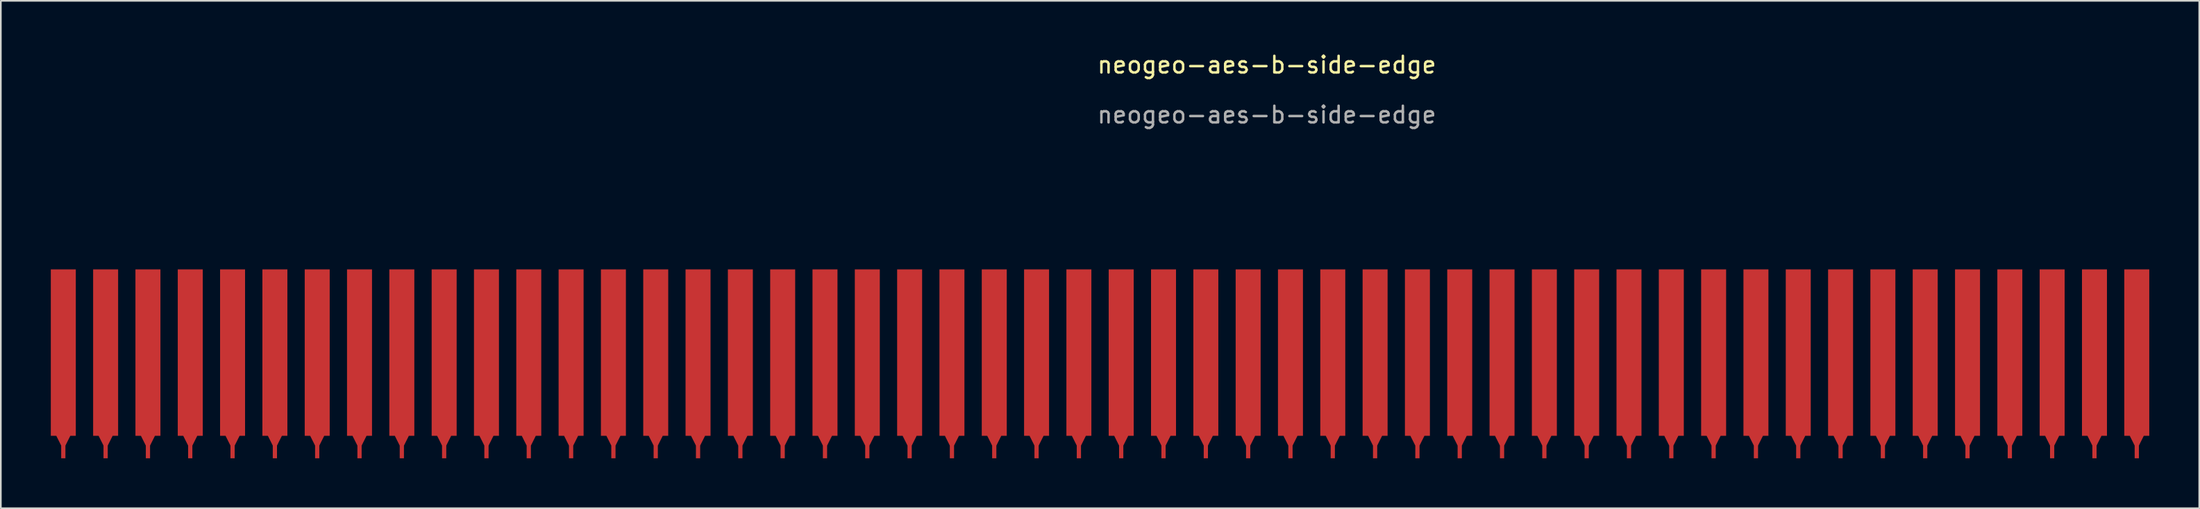
<source format=kicad_pcb>
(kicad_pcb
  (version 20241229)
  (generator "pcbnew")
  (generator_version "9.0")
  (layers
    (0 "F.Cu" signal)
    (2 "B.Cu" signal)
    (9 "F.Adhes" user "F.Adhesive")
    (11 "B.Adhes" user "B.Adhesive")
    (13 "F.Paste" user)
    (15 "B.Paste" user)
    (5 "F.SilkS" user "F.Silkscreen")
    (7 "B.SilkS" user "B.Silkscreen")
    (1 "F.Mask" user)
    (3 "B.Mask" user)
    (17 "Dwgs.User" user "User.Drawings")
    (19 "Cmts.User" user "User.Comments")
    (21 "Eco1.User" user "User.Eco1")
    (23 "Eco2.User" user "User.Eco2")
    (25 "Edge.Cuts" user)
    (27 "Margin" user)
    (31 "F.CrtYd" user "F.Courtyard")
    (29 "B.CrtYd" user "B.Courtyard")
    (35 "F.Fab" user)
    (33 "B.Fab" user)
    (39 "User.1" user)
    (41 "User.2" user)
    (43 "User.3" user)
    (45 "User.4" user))
  (footprint "neogeo-aes-b-side-edge"
    (layer "F.Cu")
    (at 61.71 18.138)
    (property "Reference" "neogeo-aes-b-side-edge" (at 11.28 -17.29 0) (unlocked yes) (layer "F.SilkS") (effects (font (size 1 1) (thickness 0.15))))
    (attr smd)
    (fp_text user "${REFERENCE}" (at 11.28 -14.29 0) (unlocked yes) (layer "F.Fab") (effects (font (size 1 1) (thickness 0.15))))
    (pad "1" connect custom (at -60.96 0) (size 1.5 10) (layers "F.Cu" "F.Mask") (options (anchor rect)) (primitives (gr_poly (pts (xy 0 5.842) (xy -0.508 4.826) (xy 0.508 4.826)) (width 0) (fill yes)) (gr_rect (start -0.127 5) (end 0.127 6.35) (width 0) (fill yes))))
    (pad "2" connect custom (at -58.42 0) (size 1.5 10) (layers "F.Cu" "F.Mask") (options (anchor rect)) (primitives (gr_poly (pts (xy 0 5.842) (xy -0.508 4.826) (xy 0.508 4.826)) (width 0) (fill yes)) (gr_rect (start -0.127 5) (end 0.127 6.35) (width 0) (fill yes))))
    (pad "3" connect custom (at -55.88 0) (size 1.5 10) (layers "F.Cu" "F.Mask") (options (anchor rect)) (primitives (gr_poly (pts (xy 0 5.842) (xy -0.508 4.826) (xy 0.508 4.826)) (width 0) (fill yes)) (gr_rect (start -0.127 5) (end 0.127 6.35) (width 0) (fill yes))))
    (pad "4" connect custom (at -53.34 0) (size 1.5 10) (layers "F.Cu" "F.Mask") (options (anchor rect)) (primitives (gr_poly (pts (xy 0 5.842) (xy -0.508 4.826) (xy 0.508 4.826)) (width 0) (fill yes)) (gr_rect (start -0.127 5) (end 0.127 6.35) (width 0) (fill yes))))
    (pad "5" connect custom (at -50.8 0) (size 1.5 10) (layers "F.Cu" "F.Mask") (options (anchor rect)) (primitives (gr_poly (pts (xy 0 5.842) (xy -0.508 4.826) (xy 0.508 4.826)) (width 0) (fill yes)) (gr_rect (start -0.127 5) (end 0.127 6.35) (width 0) (fill yes))))
    (pad "6" connect custom (at -48.26 0) (size 1.5 10) (layers "F.Cu" "F.Mask") (options (anchor rect)) (primitives (gr_poly (pts (xy 0 5.842) (xy -0.508 4.826) (xy 0.508 4.826)) (width 0) (fill yes)) (gr_rect (start -0.127 5) (end 0.127 6.35) (width 0) (fill yes))))
    (pad "7" connect custom (at -45.72 0) (size 1.5 10) (layers "F.Cu" "F.Mask") (options (anchor rect)) (primitives (gr_poly (pts (xy 0 5.842) (xy -0.508 4.826) (xy 0.508 4.826)) (width 0) (fill yes)) (gr_rect (start -0.127 5) (end 0.127 6.35) (width 0) (fill yes))))
    (pad "8" connect custom (at -43.18 0) (size 1.5 10) (layers "F.Cu" "F.Mask") (options (anchor rect)) (primitives (gr_poly (pts (xy 0 5.842) (xy -0.508 4.826) (xy 0.508 4.826)) (width 0) (fill yes)) (gr_rect (start -0.127 5) (end 0.127 6.35) (width 0) (fill yes))))
    (pad "9" connect custom (at -40.64 0) (size 1.5 10) (layers "F.Cu" "F.Mask") (options (anchor rect)) (primitives (gr_poly (pts (xy 0 5.842) (xy -0.508 4.826) (xy 0.508 4.826)) (width 0) (fill yes)) (gr_rect (start -0.127 5) (end 0.127 6.35) (width 0) (fill yes))))
    (pad "10" connect custom (at -38.1 0) (size 1.5 10) (layers "F.Cu" "F.Mask") (options (anchor rect)) (primitives (gr_poly (pts (xy 0 5.842) (xy -0.508 4.826) (xy 0.508 4.826)) (width 0) (fill yes)) (gr_rect (start -0.127 5) (end 0.127 6.35) (width 0) (fill yes))))
    (pad "11" connect custom (at -35.56 0) (size 1.5 10) (layers "F.Cu" "F.Mask") (options (anchor rect)) (primitives (gr_poly (pts (xy 0 5.842) (xy -0.508 4.826) (xy 0.508 4.826)) (width 0) (fill yes)) (gr_rect (start -0.127 5) (end 0.127 6.35) (width 0) (fill yes))))
    (pad "12" connect custom (at -33.02 0) (size 1.5 10) (layers "F.Cu" "F.Mask") (options (anchor rect)) (primitives (gr_poly (pts (xy 0 5.842) (xy -0.508 4.826) (xy 0.508 4.826)) (width 0) (fill yes)) (gr_rect (start -0.127 5) (end 0.127 6.35) (width 0) (fill yes))))
    (pad "13" connect custom (at -30.48 0) (size 1.5 10) (layers "F.Cu" "F.Mask") (options (anchor rect)) (primitives (gr_poly (pts (xy 0 5.842) (xy -0.508 4.826) (xy 0.508 4.826)) (width 0) (fill yes)) (gr_rect (start -0.127 5) (end 0.127 6.35) (width 0) (fill yes))))
    (pad "14" connect custom (at -27.94 0) (size 1.5 10) (layers "F.Cu" "F.Mask") (options (anchor rect)) (primitives (gr_poly (pts (xy 0 5.842) (xy -0.508 4.826) (xy 0.508 4.826)) (width 0) (fill yes)) (gr_rect (start -0.127 5) (end 0.127 6.35) (width 0) (fill yes))))
    (pad "15" connect custom (at -25.4 0) (size 1.5 10) (layers "F.Cu" "F.Mask") (options (anchor rect)) (primitives (gr_poly (pts (xy 0 5.842) (xy -0.508 4.826) (xy 0.508 4.826)) (width 0) (fill yes)) (gr_rect (start -0.127 5) (end 0.127 6.35) (width 0) (fill yes))))
    (pad "16" connect custom (at -22.86 0) (size 1.5 10) (layers "F.Cu" "F.Mask") (options (anchor rect)) (primitives (gr_poly (pts (xy 0 5.842) (xy -0.508 4.826) (xy 0.508 4.826)) (width 0) (fill yes)) (gr_rect (start -0.127 5) (end 0.127 6.35) (width 0) (fill yes))))
    (pad "17" connect custom (at -20.32 0) (size 1.5 10) (layers "F.Cu" "F.Mask") (options (anchor rect)) (primitives (gr_poly (pts (xy 0 5.842) (xy -0.508 4.826) (xy 0.508 4.826)) (width 0) (fill yes)) (gr_rect (start -0.127 5) (end 0.127 6.35) (width 0) (fill yes))))
    (pad "18" connect custom (at -17.78 0) (size 1.5 10) (layers "F.Cu" "F.Mask") (options (anchor rect)) (primitives (gr_poly (pts (xy 0 5.842) (xy -0.508 4.826) (xy 0.508 4.826)) (width 0) (fill yes)) (gr_rect (start -0.127 5) (end 0.127 6.35) (width 0) (fill yes))))
    (pad "19" connect custom (at -15.24 0) (size 1.5 10) (layers "F.Cu" "F.Mask") (options (anchor rect)) (primitives (gr_poly (pts (xy 0 5.842) (xy -0.508 4.826) (xy 0.508 4.826)) (width 0) (fill yes)) (gr_rect (start -0.127 5) (end 0.127 6.35) (width 0) (fill yes))))
    (pad "20" connect custom (at -12.7 0) (size 1.5 10) (layers "F.Cu" "F.Mask") (options (anchor rect)) (primitives (gr_poly (pts (xy 0 5.842) (xy -0.508 4.826) (xy 0.508 4.826)) (width 0) (fill yes)) (gr_rect (start -0.127 5) (end 0.127 6.35) (width 0) (fill yes))))
    (pad "21" connect custom (at -10.16 0) (size 1.5 10) (layers "F.Cu" "F.Mask") (options (anchor rect)) (primitives (gr_poly (pts (xy 0 5.842) (xy -0.508 4.826) (xy 0.508 4.826)) (width 0) (fill yes)) (gr_rect (start -0.127 5) (end 0.127 6.35) (width 0) (fill yes))))
    (pad "22" connect custom (at -7.62 0) (size 1.5 10) (layers "F.Cu" "F.Mask") (options (anchor rect)) (primitives (gr_poly (pts (xy 0 5.842) (xy -0.508 4.826) (xy 0.508 4.826)) (width 0) (fill yes)) (gr_rect (start -0.127 5) (end 0.127 6.35) (width 0) (fill yes))))
    (pad "23" connect custom (at -5.08 0) (size 1.5 10) (layers "F.Cu" "F.Mask") (options (anchor rect)) (primitives (gr_poly (pts (xy 0 5.842) (xy -0.508 4.826) (xy 0.508 4.826)) (width 0) (fill yes)) (gr_rect (start -0.127 5) (end 0.127 6.35) (width 0) (fill yes))))
    (pad "24" connect custom (at -2.54 0) (size 1.5 10) (layers "F.Cu" "F.Mask") (options (anchor rect)) (primitives (gr_poly (pts (xy 0 5.842) (xy -0.508 4.826) (xy 0.508 4.826)) (width 0) (fill yes)) (gr_rect (start -0.127 5) (end 0.127 6.35) (width 0) (fill yes))))
    (pad "25" connect custom (at 0 0) (size 1.5 10) (layers "F.Cu" "F.Mask") (options (anchor rect)) (primitives (gr_poly (pts (xy 0 5.842) (xy -0.508 4.826) (xy 0.508 4.826)) (width 0) (fill yes)) (gr_rect (start -0.127 5) (end 0.127 6.35) (width 0) (fill yes))))
    (pad "26" connect custom (at 2.54 0) (size 1.5 10) (layers "F.Cu" "F.Mask") (options (anchor rect)) (primitives (gr_poly (pts (xy 0 5.842) (xy -0.508 4.826) (xy 0.508 4.826)) (width 0) (fill yes)) (gr_rect (start -0.127 5) (end 0.127 6.35) (width 0) (fill yes))))
    (pad "27" connect custom (at 5.08 0) (size 1.5 10) (layers "F.Cu" "F.Mask") (options (anchor rect)) (primitives (gr_poly (pts (xy 0 5.842) (xy -0.508 4.826) (xy 0.508 4.826)) (width 0) (fill yes)) (gr_rect (start -0.127 5) (end 0.127 6.35) (width 0) (fill yes))))
    (pad "28" connect custom (at 7.62 0) (size 1.5 10) (layers "F.Cu" "F.Mask") (options (anchor rect)) (primitives (gr_poly (pts (xy 0 5.842) (xy -0.508 4.826) (xy 0.508 4.826)) (width 0) (fill yes)) (gr_rect (start -0.127 5) (end 0.127 6.35) (width 0) (fill yes))))
    (pad "29" connect custom (at 10.16 0) (size 1.5 10) (layers "F.Cu" "F.Mask") (options (anchor rect)) (primitives (gr_poly (pts (xy 0 5.842) (xy -0.508 4.826) (xy 0.508 4.826)) (width 0) (fill yes)) (gr_rect (start -0.127 5) (end 0.127 6.35) (width 0) (fill yes))))
    (pad "30" connect custom (at 12.7 0) (size 1.5 10) (layers "F.Cu" "F.Mask") (options (anchor rect)) (primitives (gr_poly (pts (xy 0 5.842) (xy -0.508 4.826) (xy 0.508 4.826)) (width 0) (fill yes)) (gr_rect (start -0.127 5) (end 0.127 6.35) (width 0) (fill yes))))
    (pad "31" connect custom (at 15.24 0) (size 1.5 10) (layers "F.Cu" "F.Mask") (options (anchor rect)) (primitives (gr_poly (pts (xy 0 5.842) (xy -0.508 4.826) (xy 0.508 4.826)) (width 0) (fill yes)) (gr_rect (start -0.127 5) (end 0.127 6.35) (width 0) (fill yes))))
    (pad "32" connect custom (at 17.78 0) (size 1.5 10) (layers "F.Cu" "F.Mask") (options (anchor rect)) (primitives (gr_poly (pts (xy 0 5.842) (xy -0.508 4.826) (xy 0.508 4.826)) (width 0) (fill yes)) (gr_rect (start -0.127 5) (end 0.127 6.35) (width 0) (fill yes))))
    (pad "33" connect custom (at 20.32 0) (size 1.5 10) (layers "F.Cu" "F.Mask") (options (anchor rect)) (primitives (gr_poly (pts (xy 0 5.842) (xy -0.508 4.826) (xy 0.508 4.826)) (width 0) (fill yes)) (gr_rect (start -0.127 5) (end 0.127 6.35) (width 0) (fill yes))))
    (pad "34" connect custom (at 22.86 0) (size 1.5 10) (layers "F.Cu" "F.Mask") (options (anchor rect)) (primitives (gr_poly (pts (xy 0 5.842) (xy -0.508 4.826) (xy 0.508 4.826)) (width 0) (fill yes)) (gr_rect (start -0.127 5) (end 0.127 6.35) (width 0) (fill yes))))
    (pad "35" connect custom (at 25.4 0) (size 1.5 10) (layers "F.Cu" "F.Mask") (options (anchor rect)) (primitives (gr_poly (pts (xy 0 5.842) (xy -0.508 4.826) (xy 0.508 4.826)) (width 0) (fill yes)) (gr_rect (start -0.127 5) (end 0.127 6.35) (width 0) (fill yes))))
    (pad "36" connect custom (at 27.94 0) (size 1.5 10) (layers "F.Cu" "F.Mask") (options (anchor rect)) (primitives (gr_poly (pts (xy 0 5.842) (xy -0.508 4.826) (xy 0.508 4.826)) (width 0) (fill yes)) (gr_rect (start -0.127 5) (end 0.127 6.35) (width 0) (fill yes))))
    (pad "37" connect custom (at 30.48 0) (size 1.5 10) (layers "F.Cu" "F.Mask") (options (anchor rect)) (primitives (gr_poly (pts (xy 0 5.842) (xy -0.508 4.826) (xy 0.508 4.826)) (width 0) (fill yes)) (gr_rect (start -0.127 5) (end 0.127 6.35) (width 0) (fill yes))))
    (pad "38" connect custom (at 33.02 0) (size 1.5 10) (layers "F.Cu" "F.Mask") (options (anchor rect)) (primitives (gr_poly (pts (xy 0 5.842) (xy -0.508 4.826) (xy 0.508 4.826)) (width 0) (fill yes)) (gr_rect (start -0.127 5) (end 0.127 6.35) (width 0) (fill yes))))
    (pad "39" connect custom (at 35.56 0) (size 1.5 10) (layers "F.Cu" "F.Mask") (options (anchor rect)) (primitives (gr_poly (pts (xy 0 5.842) (xy -0.508 4.826) (xy 0.508 4.826)) (width 0) (fill yes)) (gr_rect (start -0.127 5) (end 0.127 6.35) (width 0) (fill yes))))
    (pad "40" connect custom (at 38.1 0) (size 1.5 10) (layers "F.Cu" "F.Mask") (options (anchor rect)) (primitives (gr_poly (pts (xy 0 5.842) (xy -0.508 4.826) (xy 0.508 4.826)) (width 0) (fill yes)) (gr_rect (start -0.127 5) (end 0.127 6.35) (width 0) (fill yes))))
    (pad "41" connect custom (at 40.64 0) (size 1.5 10) (layers "F.Cu" "F.Mask") (options (anchor rect)) (primitives (gr_poly (pts (xy 0 5.842) (xy -0.508 4.826) (xy 0.508 4.826)) (width 0) (fill yes)) (gr_rect (start -0.127 5) (end 0.127 6.35) (width 0) (fill yes))))
    (pad "42" connect custom (at 43.18 0) (size 1.5 10) (layers "F.Cu" "F.Mask") (options (anchor rect)) (primitives (gr_poly (pts (xy 0 5.842) (xy -0.508 4.826) (xy 0.508 4.826)) (width 0) (fill yes)) (gr_rect (start -0.127 5) (end 0.127 6.35) (width 0) (fill yes))))
    (pad "43" connect custom (at 45.72 0) (size 1.5 10) (layers "F.Cu" "F.Mask") (options (anchor rect)) (primitives (gr_poly (pts (xy 0 5.842) (xy -0.508 4.826) (xy 0.508 4.826)) (width 0) (fill yes)) (gr_rect (start -0.127 5) (end 0.127 6.35) (width 0) (fill yes))))
    (pad "44" connect custom (at 48.26 0) (size 1.5 10) (layers "F.Cu" "F.Mask") (options (anchor rect)) (primitives (gr_poly (pts (xy 0 5.842) (xy -0.508 4.826) (xy 0.508 4.826)) (width 0) (fill yes)) (gr_rect (start -0.127 5) (end 0.127 6.35) (width 0) (fill yes))))
    (pad "45" connect custom (at 50.8 0) (size 1.5 10) (layers "F.Cu" "F.Mask") (options (anchor rect)) (primitives (gr_poly (pts (xy 0 5.842) (xy -0.508 4.826) (xy 0.508 4.826)) (width 0) (fill yes)) (gr_rect (start -0.127 5) (end 0.127 6.35) (width 0) (fill yes))))
    (pad "46" connect custom (at 53.34 0) (size 1.5 10) (layers "F.Cu" "F.Mask") (options (anchor rect)) (primitives (gr_poly (pts (xy 0 5.842) (xy -0.508 4.826) (xy 0.508 4.826)) (width 0) (fill yes)) (gr_rect (start -0.127 5) (end 0.127 6.35) (width 0) (fill yes))))
    (pad "47" connect custom (at 55.88 0) (size 1.5 10) (layers "F.Cu" "F.Mask") (options (anchor rect)) (primitives (gr_poly (pts (xy 0 5.842) (xy -0.508 4.826) (xy 0.508 4.826)) (width 0) (fill yes)) (gr_rect (start -0.127 5) (end 0.127 6.35) (width 0) (fill yes))))
    (pad "48" connect custom (at 58.42 0) (size 1.5 10) (layers "F.Cu" "F.Mask") (options (anchor rect)) (primitives (gr_poly (pts (xy 0 5.842) (xy -0.508 4.826) (xy 0.508 4.826)) (width 0) (fill yes)) (gr_rect (start -0.127 5) (end 0.127 6.35) (width 0) (fill yes))))
    (pad "49" connect custom (at 60.96 0) (size 1.5 10) (layers "F.Cu" "F.Mask") (options (anchor rect)) (primitives (gr_poly (pts (xy 0 5.842) (xy -0.508 4.826) (xy 0.508 4.826)) (width 0) (fill yes)) (gr_rect (start -0.127 5) (end 0.127 6.35) (width 0) (fill yes))))
    (pad "50" connect custom (at 63.5 0) (size 1.5 10) (layers "F.Cu" "F.Mask") (options (anchor rect)) (primitives (gr_poly (pts (xy 0 5.842) (xy -0.508 4.826) (xy 0.508 4.826)) (width 0) (fill yes)) (gr_rect (start -0.127 5) (end 0.127 6.35) (width 0) (fill yes)))))
  (gr_rect
    (start -3 -3)
    (end 128.96 27.488)
    (stroke (width 0.1) (type default))
    (fill no)
    (layer "Edge.Cuts")))
</source>
